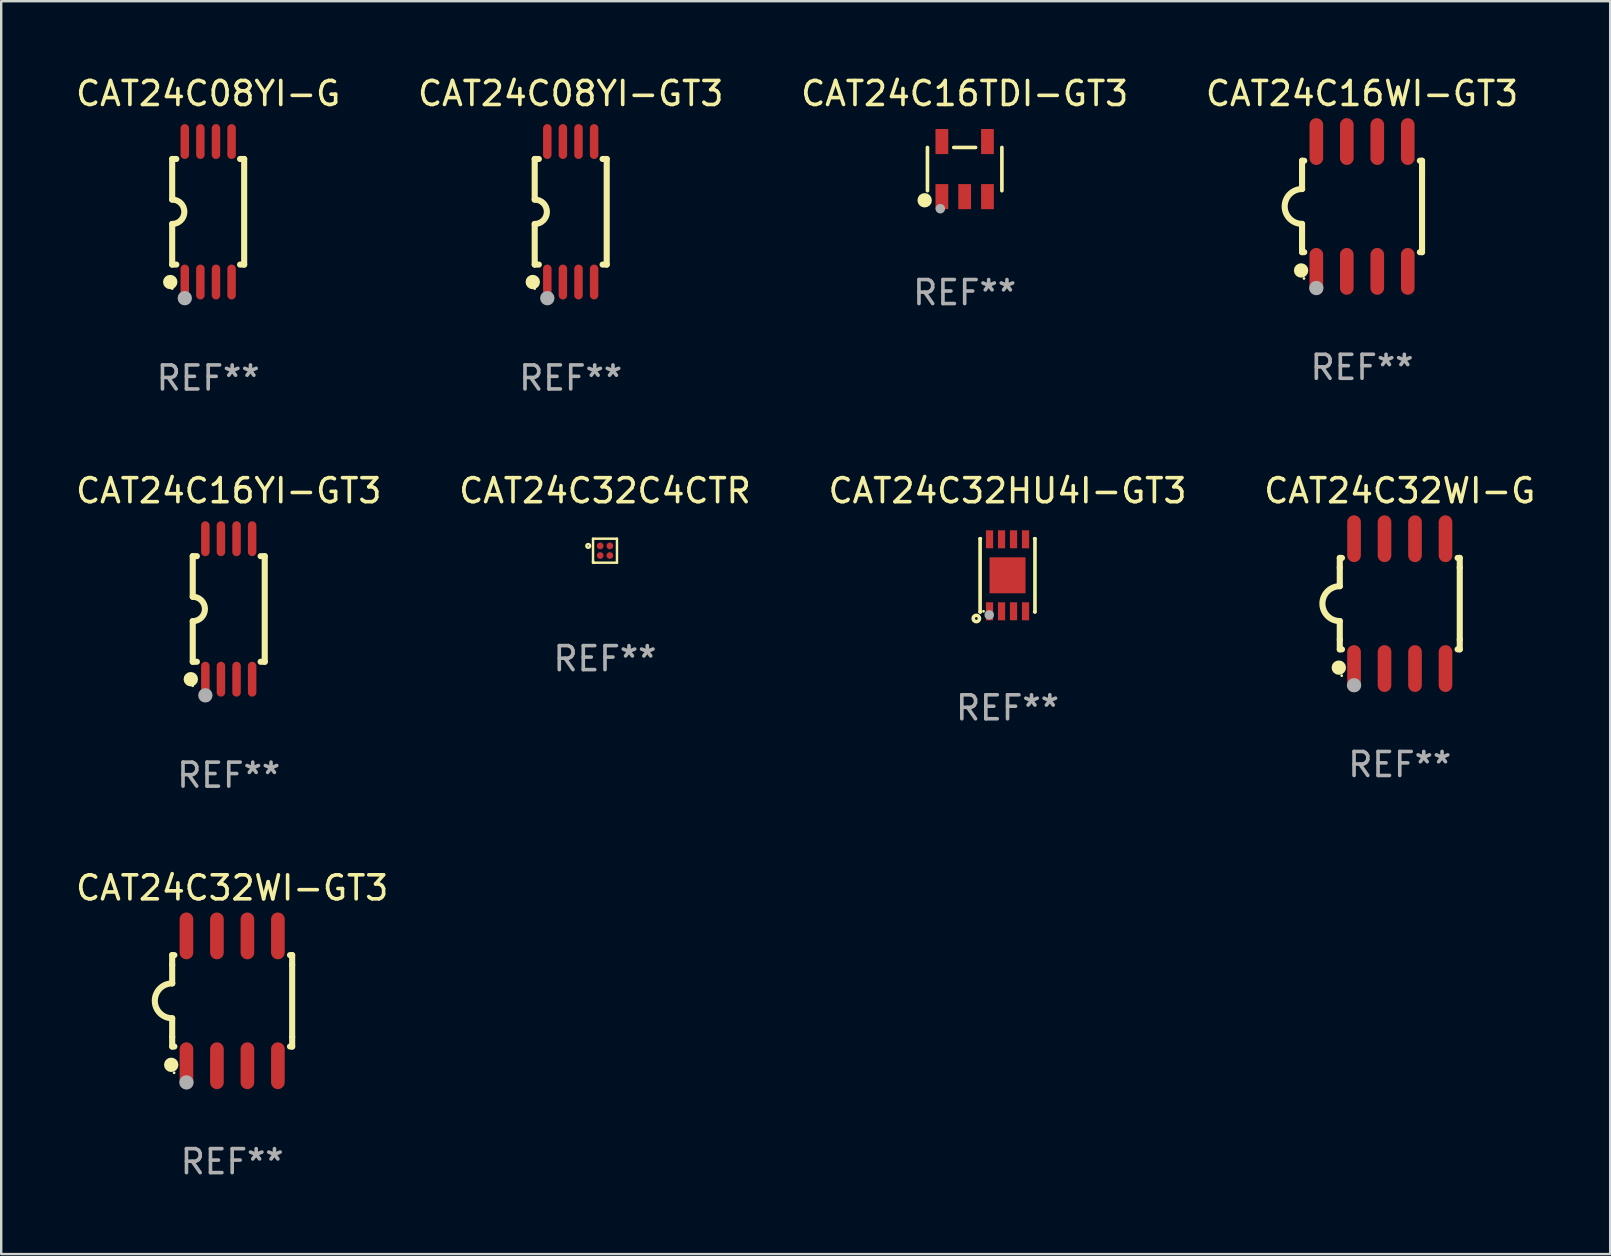
<source format=kicad_pcb>
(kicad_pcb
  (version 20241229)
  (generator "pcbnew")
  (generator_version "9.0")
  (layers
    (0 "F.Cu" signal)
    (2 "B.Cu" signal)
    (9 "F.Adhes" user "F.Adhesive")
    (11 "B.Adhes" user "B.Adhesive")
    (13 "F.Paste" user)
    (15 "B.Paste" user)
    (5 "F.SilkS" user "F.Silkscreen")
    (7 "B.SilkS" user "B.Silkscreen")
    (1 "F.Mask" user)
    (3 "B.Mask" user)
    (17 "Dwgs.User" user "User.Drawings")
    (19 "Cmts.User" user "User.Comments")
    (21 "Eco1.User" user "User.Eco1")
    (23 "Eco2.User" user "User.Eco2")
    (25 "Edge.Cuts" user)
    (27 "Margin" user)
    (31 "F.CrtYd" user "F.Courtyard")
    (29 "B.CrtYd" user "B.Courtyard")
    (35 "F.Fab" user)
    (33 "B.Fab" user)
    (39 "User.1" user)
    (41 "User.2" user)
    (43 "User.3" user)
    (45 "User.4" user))
  (footprint "CAT24C16TDI-GT3"
    (layer "F.Cu")
    (at 37.149 3.996)
    (property "Reference" "CAT24C16TDI-GT3" (at 0 -3.148 0) (layer "F.SilkS") (effects (font (size 1 1) (thickness 0.15))))
    (attr through_hole)
    (fp_line (start -1.551 0.901) (end -1.551 -0.901) (stroke (width 0.152) (type solid)) (layer "F.SilkS"))
    (fp_line (start 0.455 -0.901) (end -0.455 -0.901) (stroke (width 0.152) (type solid)) (layer "F.SilkS"))
    (fp_line (start 1.551 0.901) (end 1.551 -0.901) (stroke (width 0.152) (type solid)) (layer "F.SilkS"))
    (fp_circle (center -1.668 1.3) (end -1.518 1.3) (stroke (width 0.3) (type solid)) (fill no) (layer "F.SilkS"))
    (fp_circle (center -1.45 1.4) (end -1.42 1.4) (stroke (width 0.06) (type solid)) (fill no) (layer "F.SilkS"))
    (fp_circle (center -1.016 1.651) (end -0.916 1.651) (stroke (width 0.2) (type solid)) (fill no) (layer "F.Fab"))
    (fp_text user "REF**" (at 0 5.148 0) (layer "F.Fab") (effects (font (size 1 1) (thickness 0.15))))
    (pad "1" smd rect (at -0.95 1.148) (size 0.532 1.045) (layers "F.Cu" "F.Mask" "F.Paste"))
    (pad "2" smd rect (at 0 1.148) (size 0.532 1.045) (layers "F.Cu" "F.Mask" "F.Paste"))
    (pad "3" smd rect (at 0.95 1.148) (size 0.532 1.045) (layers "F.Cu" "F.Mask" "F.Paste"))
    (pad "4" smd rect (at 0.95 -1.148) (size 0.532 1.045) (layers "F.Cu" "F.Mask" "F.Paste"))
    (pad "5" smd rect (at -0.95 -1.148) (size 0.532 1.045) (layers "F.Cu" "F.Mask" "F.Paste")))
  (footprint "CAT24C16WI-GT3"
    (layer "F.Cu")
    (at 53.708 5.553)
    (property "Reference" "CAT24C16WI-GT3" (at 0 -4.705 0) (layer "F.SilkS") (effects (font (size 1 1) (thickness 0.15))))
    (attr through_hole)
    (fp_line (start -2.5 -1.905) (end -2.409 -1.905) (stroke (width 0.254) (type solid)) (layer "F.SilkS"))
    (fp_line (start -2.5 -1.5) (end -2.5 -1.905) (stroke (width 0.254) (type solid)) (layer "F.SilkS"))
    (fp_line (start -2.5 -1.5) (end -2.5 -0.726) (stroke (width 0.254) (type solid)) (layer "F.SilkS"))
    (fp_line (start -2.5 1.5) (end -2.5 0.727) (stroke (width 0.254) (type solid)) (layer "F.SilkS"))
    (fp_line (start -2.5 1.5) (end -2.5 1.905) (stroke (width 0.254) (type solid)) (layer "F.SilkS"))
    (fp_line (start -2.5 1.905) (end -2.409 1.905) (stroke (width 0.254) (type solid)) (layer "F.SilkS"))
    (fp_line (start 2.5 -1.905) (end 2.409 -1.905) (stroke (width 0.254) (type solid)) (layer "F.SilkS"))
    (fp_line (start 2.5 -1.5) (end 2.5 -1.905) (stroke (width 0.254) (type solid)) (layer "F.SilkS"))
    (fp_line (start 2.5 -1.5) (end 2.5 1.5) (stroke (width 0.254) (type solid)) (layer "F.SilkS"))
    (fp_line (start 2.5 1.5) (end 2.5 1.905) (stroke (width 0.254) (type solid)) (layer "F.SilkS"))
    (fp_line (start 2.5 1.905) (end 2.409 1.905) (stroke (width 0.254) (type solid)) (layer "F.SilkS"))
    (fp_arc (start -2.5 0.726568) (mid -3.220316 -0.0023) (end -2.495097 -0.726289) (stroke (width 0.254001) (type solid)) (layer "F.SilkS"))
    (fp_circle (center -2.54 2.667) (end -2.39 2.667) (stroke (width 0.3) (type solid)) (fill no) (layer "F.SilkS"))
    (fp_circle (center -2.42 3) (end -2.39 3) (stroke (width 0.06) (type solid)) (fill no) (layer "F.SilkS"))
    (fp_circle (center -1.905 3.4) (end -1.755 3.4) (stroke (width 0.3) (type solid)) (fill no) (layer "F.Fab"))
    (fp_text user "REF**" (at 0 6.705 0) (layer "F.Fab") (effects (font (size 1 1) (thickness 0.15))))
    (pad "1" smd oval (at -1.905 2.705) (size 0.568 1.95) (layers "F.Cu" "F.Mask" "F.Paste"))
    (pad "2" smd oval (at -0.635 2.705) (size 0.568 1.95) (layers "F.Cu" "F.Mask" "F.Paste"))
    (pad "3" smd oval (at 0.635 2.705) (size 0.568 1.95) (layers "F.Cu" "F.Mask" "F.Paste"))
    (pad "4" smd oval (at 1.905 2.705) (size 0.568 1.95) (layers "F.Cu" "F.Mask" "F.Paste"))
    (pad "5" smd oval (at 1.905 -2.705) (size 0.568 1.95) (layers "F.Cu" "F.Mask" "F.Paste"))
    (pad "6" smd oval (at 0.635 -2.705) (size 0.568 1.95) (layers "F.Cu" "F.Mask" "F.Paste"))
    (pad "7" smd oval (at -0.635 -2.705) (size 0.568 1.95) (layers "F.Cu" "F.Mask" "F.Paste"))
    (pad "8" smd oval (at -1.905 -2.705) (size 0.568 1.95) (layers "F.Cu" "F.Mask" "F.Paste")))
  (footprint "CAT24C32C4CTR"
    (layer "F.Cu")
    (at 22.161 19.899)
    (property "Reference" "CAT24C32C4CTR" (at 0 -2.5 0) (layer "F.SilkS") (effects (font (size 1 1) (thickness 0.15))))
    (attr through_hole)
    (fp_line (start -0.499 0.5) (end -0.499 0.44) (stroke (width 0.102) (type solid)) (layer "F.SilkS"))
    (fp_line (start -0.499 -0.5) (end 0.499 -0.5) (stroke (width 0.102) (type solid)) (layer "F.SilkS"))
    (fp_line (start -0.499 0.44) (end -0.499 -0.5) (stroke (width 0.102) (type solid)) (layer "F.SilkS"))
    (fp_line (start -0.44 0.499) (end -0.499 0.499) (stroke (width 0.102) (type solid)) (layer "F.SilkS"))
    (fp_line (start 0.499 -0.5) (end 0.499 0.499) (stroke (width 0.102) (type solid)) (layer "F.SilkS"))
    (fp_line (start 0.499 0.499) (end -0.44 0.499) (stroke (width 0.102) (type solid)) (layer "F.SilkS"))
    (fp_circle (center -0.699 -0.2) (end -0.621 -0.2) (stroke (width 0.102) (type solid)) (fill no) (layer "F.SilkS"))
    (fp_text user "REF**" (at 0 4.5 0) (layer "F.Fab") (effects (font (size 1 1) (thickness 0.15))))
    (pad "A1" smd circle (at -0.2 -0.201) (size 0.28 0.28) (layers "F.Cu" "F.Mask" "F.Paste"))
    (pad "A2" smd circle (at 0.201 -0.201) (size 0.28 0.28) (layers "F.Cu" "F.Mask" "F.Paste"))
    (pad "B1" smd circle (at -0.2 0.2) (size 0.28 0.28) (layers "F.Cu" "F.Mask" "F.Paste"))
    (pad "B2" smd circle (at 0.201 0.2) (size 0.28 0.28) (layers "F.Cu" "F.Mask" "F.Paste")))
  (footprint "CAT24C08YI-G"
    (layer "F.Cu")
    (at 5.625 5.775)
    (property "Reference" "CAT24C08YI-G" (at 0 -4.927 0) (layer "F.SilkS") (effects (font (size 1 1) (thickness 0.15))))
    (attr through_hole)
    (fp_line (start -1.5 -2.2) (end -1.5 -0.508) (stroke (width 0.254) (type solid)) (layer "F.SilkS"))
    (fp_line (start -1.5 -2.2) (end -1.328 -2.2) (stroke (width 0.254) (type solid)) (layer "F.SilkS"))
    (fp_line (start -1.5 2.2) (end -1.5 0.508) (stroke (width 0.254) (type solid)) (layer "F.SilkS"))
    (fp_line (start -1.5 2.2) (end -1.328 2.2) (stroke (width 0.254) (type solid)) (layer "F.SilkS"))
    (fp_line (start 1.328 -2.2) (end 1.5 -2.2) (stroke (width 0.254) (type solid)) (layer "F.SilkS"))
    (fp_line (start 1.328 2.2) (end 1.5 2.2) (stroke (width 0.254) (type solid)) (layer "F.SilkS"))
    (fp_line (start 1.5 -2.2) (end 1.5 2.2) (stroke (width 0.254) (type solid)) (layer "F.SilkS"))
    (fp_arc (start -1.501144 -0.508) (mid -0.993143 -0.000571) (end -1.5 0.508001) (stroke (width 0.254001) (type solid)) (layer "F.SilkS"))
    (fp_circle (center -1.581 2.927) (end -1.431 2.927) (stroke (width 0.3) (type solid)) (fill no) (layer "F.SilkS"))
    (fp_circle (center -1.5 3.2) (end -1.47 3.2) (stroke (width 0.06) (type solid)) (fill no) (layer "F.SilkS"))
    (fp_circle (center -0.975 3.6) (end -0.825 3.6) (stroke (width 0.3) (type solid)) (fill no) (layer "F.Fab"))
    (fp_text user "REF**" (at 0 6.927 0) (layer "F.Fab") (effects (font (size 1 1) (thickness 0.15))))
    (pad "1" smd oval (at -0.975 2.927) (size 0.353 1.454) (layers "F.Cu" "F.Mask" "F.Paste"))
    (pad "2" smd oval (at -0.325 2.927) (size 0.353 1.454) (layers "F.Cu" "F.Mask" "F.Paste"))
    (pad "3" smd oval (at 0.325 2.927) (size 0.353 1.454) (layers "F.Cu" "F.Mask" "F.Paste"))
    (pad "4" smd oval (at 0.975 2.927) (size 0.353 1.454) (layers "F.Cu" "F.Mask" "F.Paste"))
    (pad "5" smd oval (at 0.975 -2.927) (size 0.353 1.454) (layers "F.Cu" "F.Mask" "F.Paste"))
    (pad "6" smd oval (at 0.325 -2.927) (size 0.353 1.454) (layers "F.Cu" "F.Mask" "F.Paste"))
    (pad "7" smd oval (at -0.325 -2.927) (size 0.353 1.454) (layers "F.Cu" "F.Mask" "F.Paste"))
    (pad "8" smd oval (at -0.975 -2.927) (size 0.353 1.454) (layers "F.Cu" "F.Mask" "F.Paste")))
  (footprint "CAT24C32HU4I-GT3"
    (layer "F.Cu")
    (at 38.935 20.923)
    (property "Reference" "CAT24C32HU4I-GT3" (at 0 -3.524 0) (layer "F.SilkS") (effects (font (size 1 1) (thickness 0.15))))
    (attr through_hole)
    (fp_line (start -1.143 -1.524) (end -1.143 1.524) (stroke (width 0.15) (type solid)) (layer "F.SilkS"))
    (fp_line (start -1.143 1.524) (end -1.129 1.524) (stroke (width 0.15) (type solid)) (layer "F.SilkS"))
    (fp_line (start -1.129 -1.524) (end -1.143 -1.524) (stroke (width 0.15) (type solid)) (layer "F.SilkS"))
    (fp_line (start 1.129 1.524) (end 1.143 1.524) (stroke (width 0.15) (type solid)) (layer "F.SilkS"))
    (fp_line (start 1.143 -1.524) (end 1.129 -1.524) (stroke (width 0.15) (type solid)) (layer "F.SilkS"))
    (fp_line (start 1.143 1.524) (end 1.143 -1.524) (stroke (width 0.15) (type solid)) (layer "F.SilkS"))
    (fp_circle (center -1.3 1.8) (end -1.243 1.8) (stroke (width 0.15) (type solid)) (fill no) (layer "F.SilkS"))
    (fp_circle (center -1 1.5) (end -0.97 1.5) (stroke (width 0.06) (type solid)) (fill no) (layer "F.SilkS"))
    (fp_circle (center -0.762 1.651) (end -0.662 1.651) (stroke (width 0.2) (type solid)) (fill no) (layer "F.Fab"))
    (fp_text user "REF**" (at 0 5.524 0) (layer "F.Fab") (effects (font (size 1 1) (thickness 0.15))))
    (pad "1" smd rect (at -0.75 1.5 90) (size 0.75 0.3) (layers "F.Cu" "F.Mask" "F.Paste"))
    (pad "2" smd rect (at -0.25 1.5 90) (size 0.75 0.3) (layers "F.Cu" "F.Mask" "F.Paste"))
    (pad "3" smd rect (at 0.25 1.5 90) (size 0.75 0.3) (layers "F.Cu" "F.Mask" "F.Paste"))
    (pad "4" smd rect (at 0.75 1.5 90) (size 0.75 0.3) (layers "F.Cu" "F.Mask" "F.Paste"))
    (pad "5" smd rect (at 0.75 -1.5 90) (size 0.75 0.3) (layers "F.Cu" "F.Mask" "F.Paste"))
    (pad "6" smd rect (at 0.25 -1.5 90) (size 0.75 0.3) (layers "F.Cu" "F.Mask" "F.Paste"))
    (pad "7" smd rect (at -0.25 -1.5 90) (size 0.75 0.3) (layers "F.Cu" "F.Mask" "F.Paste"))
    (pad "8" smd rect (at -0.75 -1.5 90) (size 0.75 0.3) (layers "F.Cu" "F.Mask" "F.Paste"))
    (pad "9" smd rect (at -0.000203 0.000457 90) (size 1.5 1.5) (layers "F.Cu" "F.Mask" "F.Paste")))
  (footprint "CAT24C16YI-GT3"
    (layer "F.Cu")
    (at 6.482 22.326)
    (property "Reference" "CAT24C16YI-GT3" (at 0 -4.927 0) (layer "F.SilkS") (effects (font (size 1 1) (thickness 0.15))))
    (attr through_hole)
    (fp_line (start -1.5 -2.2) (end -1.5 -0.508) (stroke (width 0.254) (type solid)) (layer "F.SilkS"))
    (fp_line (start -1.5 -2.2) (end -1.328 -2.2) (stroke (width 0.254) (type solid)) (layer "F.SilkS"))
    (fp_line (start -1.5 2.2) (end -1.5 0.508) (stroke (width 0.254) (type solid)) (layer "F.SilkS"))
    (fp_line (start -1.5 2.2) (end -1.328 2.2) (stroke (width 0.254) (type solid)) (layer "F.SilkS"))
    (fp_line (start 1.328 -2.2) (end 1.5 -2.2) (stroke (width 0.254) (type solid)) (layer "F.SilkS"))
    (fp_line (start 1.328 2.2) (end 1.5 2.2) (stroke (width 0.254) (type solid)) (layer "F.SilkS"))
    (fp_line (start 1.5 -2.2) (end 1.5 2.2) (stroke (width 0.254) (type solid)) (layer "F.SilkS"))
    (fp_arc (start -1.501144 -0.508) (mid -0.993143 -0.000571) (end -1.5 0.508001) (stroke (width 0.254001) (type solid)) (layer "F.SilkS"))
    (fp_circle (center -1.581 2.927) (end -1.431 2.927) (stroke (width 0.3) (type solid)) (fill no) (layer "F.SilkS"))
    (fp_circle (center -1.5 3.2) (end -1.47 3.2) (stroke (width 0.06) (type solid)) (fill no) (layer "F.SilkS"))
    (fp_circle (center -0.975 3.6) (end -0.825 3.6) (stroke (width 0.3) (type solid)) (fill no) (layer "F.Fab"))
    (fp_text user "REF**" (at 0 6.927 0) (layer "F.Fab") (effects (font (size 1 1) (thickness 0.15))))
    (pad "1" smd oval (at -0.975 2.927) (size 0.353 1.454) (layers "F.Cu" "F.Mask" "F.Paste"))
    (pad "2" smd oval (at -0.325 2.927) (size 0.353 1.454) (layers "F.Cu" "F.Mask" "F.Paste"))
    (pad "3" smd oval (at 0.325 2.927) (size 0.353 1.454) (layers "F.Cu" "F.Mask" "F.Paste"))
    (pad "4" smd oval (at 0.975 2.927) (size 0.353 1.454) (layers "F.Cu" "F.Mask" "F.Paste"))
    (pad "5" smd oval (at 0.975 -2.927) (size 0.353 1.454) (layers "F.Cu" "F.Mask" "F.Paste"))
    (pad "6" smd oval (at 0.325 -2.927) (size 0.353 1.454) (layers "F.Cu" "F.Mask" "F.Paste"))
    (pad "7" smd oval (at -0.325 -2.927) (size 0.353 1.454) (layers "F.Cu" "F.Mask" "F.Paste"))
    (pad "8" smd oval (at -0.975 -2.927) (size 0.353 1.454) (layers "F.Cu" "F.Mask" "F.Paste")))
  (footprint "CAT24C32WI-G"
    (layer "F.Cu")
    (at 55.28 22.104)
    (property "Reference" "CAT24C32WI-G" (at 0 -4.705 0) (layer "F.SilkS") (effects (font (size 1 1) (thickness 0.15))))
    (attr through_hole)
    (fp_line (start -2.5 -1.905) (end -2.409 -1.905) (stroke (width 0.254) (type solid)) (layer "F.SilkS"))
    (fp_line (start -2.5 -1.5) (end -2.5 -1.905) (stroke (width 0.254) (type solid)) (layer "F.SilkS"))
    (fp_line (start -2.5 -1.5) (end -2.5 -0.726) (stroke (width 0.254) (type solid)) (layer "F.SilkS"))
    (fp_line (start -2.5 1.5) (end -2.5 0.727) (stroke (width 0.254) (type solid)) (layer "F.SilkS"))
    (fp_line (start -2.5 1.5) (end -2.5 1.905) (stroke (width 0.254) (type solid)) (layer "F.SilkS"))
    (fp_line (start -2.5 1.905) (end -2.409 1.905) (stroke (width 0.254) (type solid)) (layer "F.SilkS"))
    (fp_line (start 2.5 -1.905) (end 2.409 -1.905) (stroke (width 0.254) (type solid)) (layer "F.SilkS"))
    (fp_line (start 2.5 -1.5) (end 2.5 -1.905) (stroke (width 0.254) (type solid)) (layer "F.SilkS"))
    (fp_line (start 2.5 -1.5) (end 2.5 1.5) (stroke (width 0.254) (type solid)) (layer "F.SilkS"))
    (fp_line (start 2.5 1.5) (end 2.5 1.905) (stroke (width 0.254) (type solid)) (layer "F.SilkS"))
    (fp_line (start 2.5 1.905) (end 2.409 1.905) (stroke (width 0.254) (type solid)) (layer "F.SilkS"))
    (fp_arc (start -2.5 0.726568) (mid -3.220316 -0.0023) (end -2.495097 -0.726289) (stroke (width 0.254001) (type solid)) (layer "F.SilkS"))
    (fp_circle (center -2.54 2.667) (end -2.39 2.667) (stroke (width 0.3) (type solid)) (fill no) (layer "F.SilkS"))
    (fp_circle (center -2.42 3) (end -2.39 3) (stroke (width 0.06) (type solid)) (fill no) (layer "F.SilkS"))
    (fp_circle (center -1.905 3.4) (end -1.755 3.4) (stroke (width 0.3) (type solid)) (fill no) (layer "F.Fab"))
    (fp_text user "REF**" (at 0 6.705 0) (layer "F.Fab") (effects (font (size 1 1) (thickness 0.15))))
    (pad "1" smd oval (at -1.905 2.705) (size 0.568 1.95) (layers "F.Cu" "F.Mask" "F.Paste"))
    (pad "2" smd oval (at -0.635 2.705) (size 0.568 1.95) (layers "F.Cu" "F.Mask" "F.Paste"))
    (pad "3" smd oval (at 0.635 2.705) (size 0.568 1.95) (layers "F.Cu" "F.Mask" "F.Paste"))
    (pad "4" smd oval (at 1.905 2.705) (size 0.568 1.95) (layers "F.Cu" "F.Mask" "F.Paste"))
    (pad "5" smd oval (at 1.905 -2.705) (size 0.568 1.95) (layers "F.Cu" "F.Mask" "F.Paste"))
    (pad "6" smd oval (at 0.635 -2.705) (size 0.568 1.95) (layers "F.Cu" "F.Mask" "F.Paste"))
    (pad "7" smd oval (at -0.635 -2.705) (size 0.568 1.95) (layers "F.Cu" "F.Mask" "F.Paste"))
    (pad "8" smd oval (at -1.905 -2.705) (size 0.568 1.95) (layers "F.Cu" "F.Mask" "F.Paste")))
  (footprint "CAT24C32WI-GT3"
    (layer "F.Cu")
    (at 6.625 38.655)
    (property "Reference" "CAT24C32WI-GT3" (at 0 -4.705 0) (layer "F.SilkS") (effects (font (size 1 1) (thickness 0.15))))
    (attr through_hole)
    (fp_line (start -2.5 -1.905) (end -2.409 -1.905) (stroke (width 0.254) (type solid)) (layer "F.SilkS"))
    (fp_line (start -2.5 -1.5) (end -2.5 -1.905) (stroke (width 0.254) (type solid)) (layer "F.SilkS"))
    (fp_line (start -2.5 -1.5) (end -2.5 -0.726) (stroke (width 0.254) (type solid)) (layer "F.SilkS"))
    (fp_line (start -2.5 1.5) (end -2.5 0.727) (stroke (width 0.254) (type solid)) (layer "F.SilkS"))
    (fp_line (start -2.5 1.5) (end -2.5 1.905) (stroke (width 0.254) (type solid)) (layer "F.SilkS"))
    (fp_line (start -2.5 1.905) (end -2.409 1.905) (stroke (width 0.254) (type solid)) (layer "F.SilkS"))
    (fp_line (start 2.5 -1.905) (end 2.409 -1.905) (stroke (width 0.254) (type solid)) (layer "F.SilkS"))
    (fp_line (start 2.5 -1.5) (end 2.5 -1.905) (stroke (width 0.254) (type solid)) (layer "F.SilkS"))
    (fp_line (start 2.5 -1.5) (end 2.5 1.5) (stroke (width 0.254) (type solid)) (layer "F.SilkS"))
    (fp_line (start 2.5 1.5) (end 2.5 1.905) (stroke (width 0.254) (type solid)) (layer "F.SilkS"))
    (fp_line (start 2.5 1.905) (end 2.409 1.905) (stroke (width 0.254) (type solid)) (layer "F.SilkS"))
    (fp_arc (start -2.5 0.726568) (mid -3.220316 -0.0023) (end -2.495097 -0.726289) (stroke (width 0.254001) (type solid)) (layer "F.SilkS"))
    (fp_circle (center -2.54 2.667) (end -2.39 2.667) (stroke (width 0.3) (type solid)) (fill no) (layer "F.SilkS"))
    (fp_circle (center -2.42 3) (end -2.39 3) (stroke (width 0.06) (type solid)) (fill no) (layer "F.SilkS"))
    (fp_circle (center -1.905 3.4) (end -1.755 3.4) (stroke (width 0.3) (type solid)) (fill no) (layer "F.Fab"))
    (fp_text user "REF**" (at 0 6.705 0) (layer "F.Fab") (effects (font (size 1 1) (thickness 0.15))))
    (pad "1" smd oval (at -1.905 2.705) (size 0.568 1.95) (layers "F.Cu" "F.Mask" "F.Paste"))
    (pad "2" smd oval (at -0.635 2.705) (size 0.568 1.95) (layers "F.Cu" "F.Mask" "F.Paste"))
    (pad "3" smd oval (at 0.635 2.705) (size 0.568 1.95) (layers "F.Cu" "F.Mask" "F.Paste"))
    (pad "4" smd oval (at 1.905 2.705) (size 0.568 1.95) (layers "F.Cu" "F.Mask" "F.Paste"))
    (pad "5" smd oval (at 1.905 -2.705) (size 0.568 1.95) (layers "F.Cu" "F.Mask" "F.Paste"))
    (pad "6" smd oval (at 0.635 -2.705) (size 0.568 1.95) (layers "F.Cu" "F.Mask" "F.Paste"))
    (pad "7" smd oval (at -0.635 -2.705) (size 0.568 1.95) (layers "F.Cu" "F.Mask" "F.Paste"))
    (pad "8" smd oval (at -1.905 -2.705) (size 0.568 1.95) (layers "F.Cu" "F.Mask" "F.Paste")))
  (footprint "CAT24C08YI-GT3"
    (layer "F.Cu")
    (at 20.732 5.775)
    (property "Reference" "CAT24C08YI-GT3" (at 0 -4.927 0) (layer "F.SilkS") (effects (font (size 1 1) (thickness 0.15))))
    (attr through_hole)
    (fp_line (start -1.5 -2.2) (end -1.5 -0.508) (stroke (width 0.254) (type solid)) (layer "F.SilkS"))
    (fp_line (start -1.5 -2.2) (end -1.328 -2.2) (stroke (width 0.254) (type solid)) (layer "F.SilkS"))
    (fp_line (start -1.5 2.2) (end -1.5 0.508) (stroke (width 0.254) (type solid)) (layer "F.SilkS"))
    (fp_line (start -1.5 2.2) (end -1.328 2.2) (stroke (width 0.254) (type solid)) (layer "F.SilkS"))
    (fp_line (start 1.328 -2.2) (end 1.5 -2.2) (stroke (width 0.254) (type solid)) (layer "F.SilkS"))
    (fp_line (start 1.328 2.2) (end 1.5 2.2) (stroke (width 0.254) (type solid)) (layer "F.SilkS"))
    (fp_line (start 1.5 -2.2) (end 1.5 2.2) (stroke (width 0.254) (type solid)) (layer "F.SilkS"))
    (fp_arc (start -1.501144 -0.508) (mid -0.993143 -0.000571) (end -1.5 0.508001) (stroke (width 0.254001) (type solid)) (layer "F.SilkS"))
    (fp_circle (center -1.581 2.927) (end -1.431 2.927) (stroke (width 0.3) (type solid)) (fill no) (layer "F.SilkS"))
    (fp_circle (center -1.5 3.2) (end -1.47 3.2) (stroke (width 0.06) (type solid)) (fill no) (layer "F.SilkS"))
    (fp_circle (center -0.975 3.6) (end -0.825 3.6) (stroke (width 0.3) (type solid)) (fill no) (layer "F.Fab"))
    (fp_text user "REF**" (at 0 6.927 0) (layer "F.Fab") (effects (font (size 1 1) (thickness 0.15))))
    (pad "1" smd oval (at -0.975 2.927) (size 0.353 1.454) (layers "F.Cu" "F.Mask" "F.Paste"))
    (pad "2" smd oval (at -0.325 2.927) (size 0.353 1.454) (layers "F.Cu" "F.Mask" "F.Paste"))
    (pad "3" smd oval (at 0.325 2.927) (size 0.353 1.454) (layers "F.Cu" "F.Mask" "F.Paste"))
    (pad "4" smd oval (at 0.975 2.927) (size 0.353 1.454) (layers "F.Cu" "F.Mask" "F.Paste"))
    (pad "5" smd oval (at 0.975 -2.927) (size 0.353 1.454) (layers "F.Cu" "F.Mask" "F.Paste"))
    (pad "6" smd oval (at 0.325 -2.927) (size 0.353 1.454) (layers "F.Cu" "F.Mask" "F.Paste"))
    (pad "7" smd oval (at -0.325 -2.927) (size 0.353 1.454) (layers "F.Cu" "F.Mask" "F.Paste"))
    (pad "8" smd oval (at -0.975 -2.927) (size 0.353 1.454) (layers "F.Cu" "F.Mask" "F.Paste")))
  (gr_rect
    (start -3 -3)
    (end 64.048 49.208)
    (stroke (width 0.1) (type default))
    (fill no)
    (layer "Edge.Cuts")))
</source>
